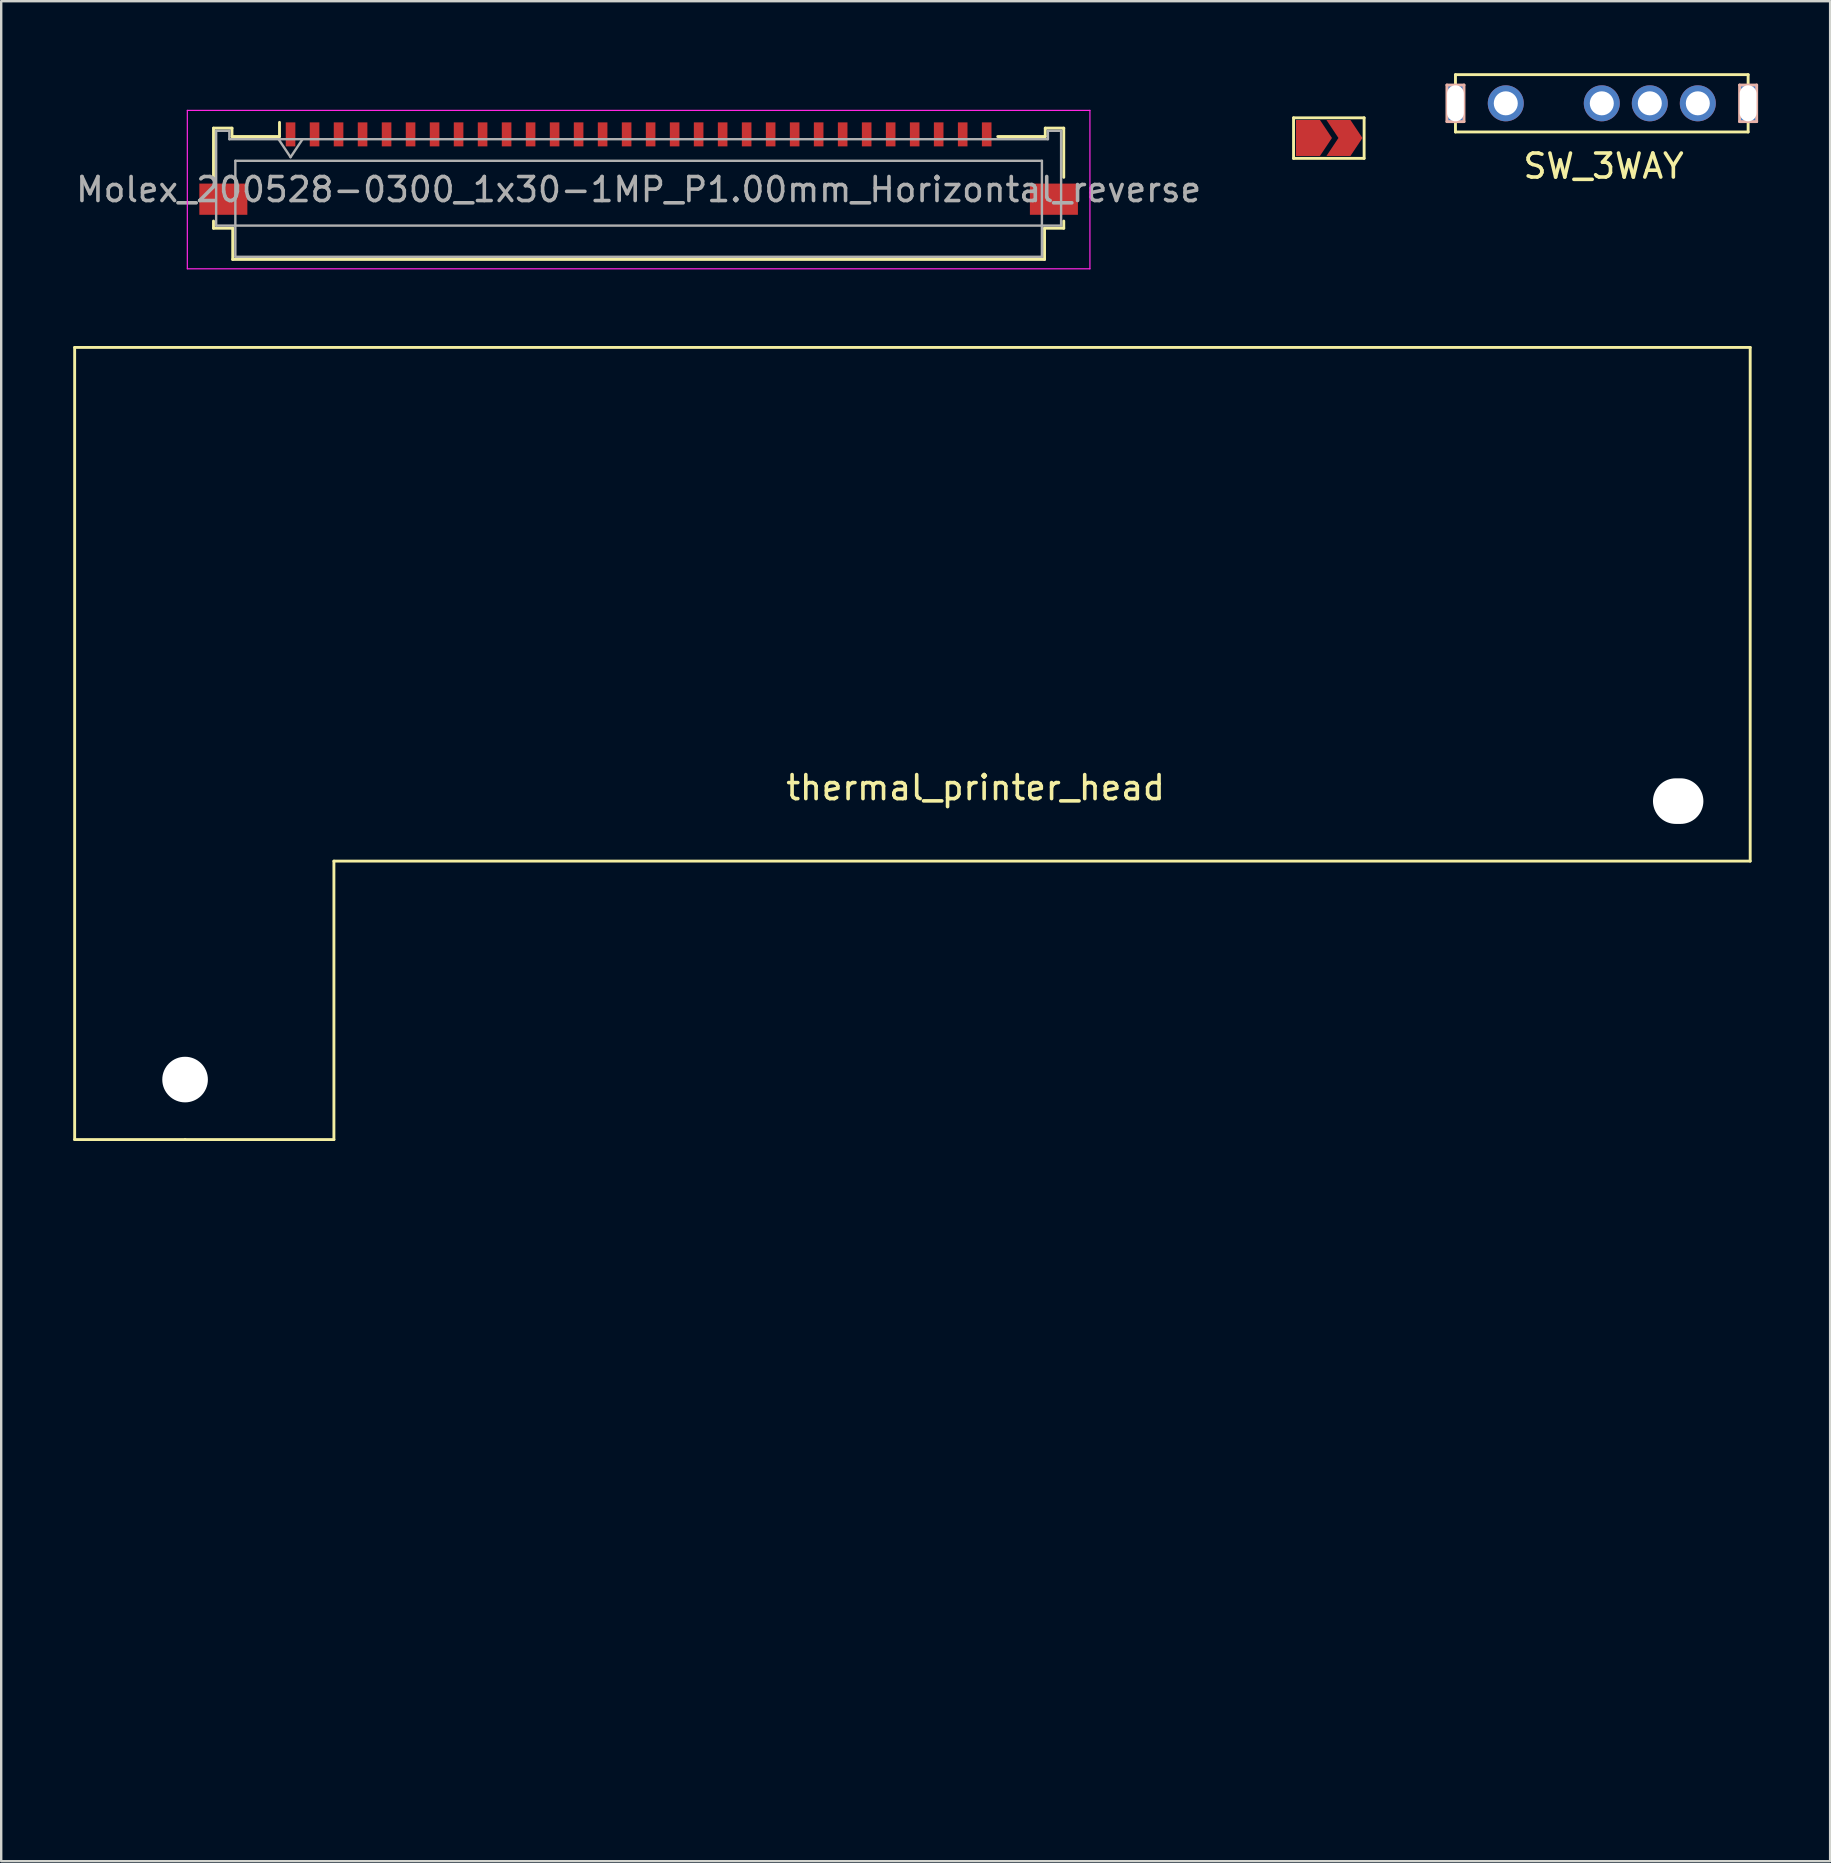
<source format=kicad_pcb>
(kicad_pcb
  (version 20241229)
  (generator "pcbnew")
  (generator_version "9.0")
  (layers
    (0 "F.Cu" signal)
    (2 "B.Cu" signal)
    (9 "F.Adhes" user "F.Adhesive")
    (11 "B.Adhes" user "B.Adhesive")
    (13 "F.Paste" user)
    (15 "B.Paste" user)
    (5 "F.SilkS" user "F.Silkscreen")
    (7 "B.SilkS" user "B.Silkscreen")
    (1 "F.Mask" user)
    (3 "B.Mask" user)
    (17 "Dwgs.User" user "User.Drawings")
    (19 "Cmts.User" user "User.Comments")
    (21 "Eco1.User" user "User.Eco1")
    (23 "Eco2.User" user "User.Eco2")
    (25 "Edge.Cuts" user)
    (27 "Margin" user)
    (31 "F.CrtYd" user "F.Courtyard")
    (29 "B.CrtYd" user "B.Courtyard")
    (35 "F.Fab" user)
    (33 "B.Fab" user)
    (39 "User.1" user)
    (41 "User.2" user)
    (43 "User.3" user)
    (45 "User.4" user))
  (footprint "thermal_printer_head"
    (layer "F.Cu")
    (at 37.56 11.423)
    (property "Reference" "thermal_printer_head" (at 0.03 18.34 0) (layer "F.SilkS") (effects (font (size 1 1) (thickness 0.15))))
    (attr through_hole)
    (fp_line (start -37.5 0) (end -37.5 33) (stroke (width 0.12) (type solid)) (layer "F.SilkS"))
    (fp_line (start -37.5 0) (end 32.3 0) (stroke (width 0.12) (type solid)) (layer "F.SilkS"))
    (fp_line (start -37.5 33) (end -32.9 33) (stroke (width 0.12) (type solid)) (layer "F.SilkS"))
    (fp_line (start -32.9 33) (end -26.7 33) (stroke (width 0.12) (type solid)) (layer "F.SilkS"))
    (fp_line (start -26.7 21.4) (end 32.3 21.4) (stroke (width 0.12) (type solid)) (layer "F.SilkS"))
    (fp_line (start -26.7 33) (end -26.7 21.4) (stroke (width 0.12) (type solid)) (layer "F.SilkS"))
    (fp_line (start 32.3 21.4) (end 32.3 0) (stroke (width 0.12) (type solid)) (layer "F.SilkS"))
    (fp_line (start -32.9 33) (end -32.9 31.45) (stroke (width 0.12) (type solid)) (layer "Eco1.User"))
    (fp_line (start -15.6 0) (end -15.6 60) (stroke (width 0.12) (type solid)) (layer "Eco1.User"))
    (fp_line (start 0 0.03) (end 0 60) (stroke (width 0.12) (type solid)) (layer "Eco1.User"))
    (fp_line (start 15.6 0) (end 15.6 60) (stroke (width 0.12) (type solid)) (layer "Eco1.User"))
    (pad "" np_thru_hole oval (at -32.9 30.5) (size 1.9 1.9) (drill oval 1.9) (layers "*.Cu" "*.Mask"))
    (pad "" np_thru_hole oval (at 29.3 18.9) (size 2.1 1.9) (drill oval 2.1 1.9) (layers "*.Cu" "*.Mask")))
  (footprint "SW_3WAY"
    (layer "F.Cu")
    (at 63.678 1.254)
    (property "Reference" "SW_3WAY" (at 0.076 2.616 0) (layer "F.SilkS") (effects (font (size 1 1) (thickness 0.15))))
    (attr through_hole)
    (fp_line (start -6.096 -1.194) (end 6.096 -1.194) (stroke (width 0.12) (type solid)) (layer "F.SilkS"))
    (fp_line (start -6.096 1.194) (end -6.096 -1.194) (stroke (width 0.12) (type solid)) (layer "F.SilkS"))
    (fp_line (start 6.096 -1.194) (end 6.096 1.194) (stroke (width 0.12) (type solid)) (layer "F.SilkS"))
    (fp_line (start 6.096 1.194) (end -6.096 1.194) (stroke (width 0.12) (type solid)) (layer "F.SilkS"))
    (fp_line (start -6.452 -0.762) (end -5.74 -0.762) (stroke (width 0.12) (type solid)) (layer "B.SilkS"))
    (fp_line (start -6.452 0.762) (end -6.452 -0.762) (stroke (width 0.12) (type solid)) (layer "B.SilkS"))
    (fp_line (start -5.74 -0.762) (end -5.74 0.762) (stroke (width 0.12) (type solid)) (layer "B.SilkS"))
    (fp_line (start -5.74 0.762) (end -6.452 0.762) (stroke (width 0.12) (type solid)) (layer "B.SilkS"))
    (fp_line (start 5.74 -0.762) (end 6.452 -0.762) (stroke (width 0.12) (type solid)) (layer "B.SilkS"))
    (fp_line (start 5.74 0.762) (end 5.74 -0.762) (stroke (width 0.12) (type solid)) (layer "B.SilkS"))
    (fp_line (start 6.452 -0.762) (end 6.452 0.762) (stroke (width 0.12) (type solid)) (layer "B.SilkS"))
    (fp_line (start 6.452 0.762) (end 5.74 0.762) (stroke (width 0.12) (type solid)) (layer "B.SilkS"))
    (pad "" thru_hole rect (at -6.096 0) (size 0.7 1.5) (drill oval 0.7 1.5) (layers "*.Cu" "*.Mask"))
    (pad "" thru_hole circle (at 2 0) (size 1.5 1.5) (drill 1) (layers "*.Cu" "*.Mask"))
    (pad "" thru_hole rect (at 6.096 0) (size 0.7 1.5) (drill oval 0.7 1.5) (layers "*.Cu" "*.Mask"))
    (pad "1" thru_hole circle (at -4 0) (size 1.5 1.5) (drill 1) (layers "*.Cu" "*.Mask"))
    (pad "2" thru_hole circle (at 0 0) (size 1.5 1.5) (drill 1) (layers "*.Cu" "*.Mask"))
    (pad "3" thru_hole circle (at 4 0) (size 1.5 1.5) (drill 1) (layers "*.Cu" "*.Mask")))
  (footprint "short"
    (layer "F.Cu")
    (at 52.137 0.348)
    (property "Reference" "short" (at 0 0.5 0) (layer "Eco1.User") (effects (font (size 1 1) (thickness 0.15))))
    (attr through_hole)
    (fp_line (start -1.3 1.51) (end 1.64 1.51) (stroke (width 0.12) (type solid)) (layer "F.SilkS"))
    (fp_line (start -1.3 3.2) (end -1.3 1.51) (stroke (width 0.12) (type solid)) (layer "F.SilkS"))
    (fp_line (start 1.64 1.51) (end 1.64 3.2) (stroke (width 0.12) (type solid)) (layer "F.SilkS"))
    (fp_line (start 1.64 3.2) (end -1.3 3.2) (stroke (width 0.12) (type solid)) (layer "F.SilkS"))
    (pad "1" smd custom (at -0.7 2.35) (size 0.3 0.3) (layers "F.Cu" "F.Mask") (options (anchor rect)) (primitives (gr_poly (pts (xy -0.5 -0.75) (xy 0.5 -0.75) (xy 1 0) (xy 0.5 0.75) (xy -0.5 0.75)) (width 0) (fill yes))))
    (pad "2" smd custom (at 1.27 2.35) (size 0.3 0.3) (layers "F.Cu" "F.Mask") (options (anchor rect)) (primitives (gr_poly (pts (xy -1.2 -0.75) (xy -0.2 -0.75) (xy 0.3 0) (xy -0.2 0.75) (xy -1.2 0.75) (xy -0.7 0)) (width 0) (fill yes)))))
  (footprint "Molex_200528-0300_1x30-1MP_P1.00mm_Horizontal_reverse"
    (layer "F.Cu")
    (at 23.554 3.458)
    (property "Reference" "Molex_200528-0300_1x30-1MP_P1.00mm_Horizontal_reverse" (at 0 -2.61 180) (layer "Eco2.User") (effects (font (size 1 1) (thickness 0.15))))
    (attr smd)
    (fp_line (start -17.71 -1.17) (end -17.71 0.88) (stroke (width 0.12) (type solid)) (layer "F.SilkS"))
    (fp_line (start -17.71 2.7) (end -17.71 3) (stroke (width 0.12) (type solid)) (layer "F.SilkS"))
    (fp_line (start -17.71 3) (end -16.91 3) (stroke (width 0.12) (type solid)) (layer "F.SilkS"))
    (fp_line (start -16.94 -1.17) (end -17.71 -1.17) (stroke (width 0.12) (type solid)) (layer "F.SilkS"))
    (fp_line (start -16.94 -0.82) (end -16.94 -1.17) (stroke (width 0.12) (type solid)) (layer "F.SilkS"))
    (fp_line (start -16.91 3) (end -16.91 4.3) (stroke (width 0.12) (type solid)) (layer "F.SilkS"))
    (fp_line (start -16.91 4.3) (end 16.91 4.3) (stroke (width 0.12) (type solid)) (layer "F.SilkS"))
    (fp_line (start -14.96 -1.41) (end -14.96 -0.82) (stroke (width 0.12) (type solid)) (layer "F.SilkS"))
    (fp_line (start -14.96 -0.82) (end -16.94 -0.82) (stroke (width 0.12) (type solid)) (layer "F.SilkS"))
    (fp_line (start 16.91 3) (end 17.71 3) (stroke (width 0.12) (type solid)) (layer "F.SilkS"))
    (fp_line (start 16.91 4.3) (end 16.91 3) (stroke (width 0.12) (type solid)) (layer "F.SilkS"))
    (fp_line (start 16.94 -1.17) (end 16.94 -0.82) (stroke (width 0.12) (type solid)) (layer "F.SilkS"))
    (fp_line (start 16.94 -0.82) (end 14.96 -0.82) (stroke (width 0.12) (type solid)) (layer "F.SilkS"))
    (fp_line (start 17.71 -1.17) (end 16.94 -1.17) (stroke (width 0.12) (type solid)) (layer "F.SilkS"))
    (fp_line (start 17.71 0.88) (end 17.71 -1.17) (stroke (width 0.12) (type solid)) (layer "F.SilkS"))
    (fp_line (start 17.71 3) (end 17.71 2.7) (stroke (width 0.12) (type solid)) (layer "F.SilkS"))
    (fp_line (start -18.8 -1.91) (end -18.8 4.69) (stroke (width 0.05) (type solid)) (layer "F.CrtYd"))
    (fp_line (start -18.8 4.69) (end 18.8 4.69) (stroke (width 0.05) (type solid)) (layer "F.CrtYd"))
    (fp_line (start 18.8 -1.91) (end -18.8 -1.91) (stroke (width 0.05) (type solid)) (layer "F.CrtYd"))
    (fp_line (start 18.8 4.69) (end 18.8 -1.91) (stroke (width 0.05) (type solid)) (layer "F.CrtYd"))
    (fp_line (start -17.6 -1.06) (end -17.6 2.89) (stroke (width 0.1) (type solid)) (layer "F.Fab"))
    (fp_line (start -17.6 2.89) (end 17.6 2.89) (stroke (width 0.1) (type solid)) (layer "F.Fab"))
    (fp_line (start -17.05 -1.06) (end -17.6 -1.06) (stroke (width 0.1) (type solid)) (layer "F.Fab"))
    (fp_line (start -17.05 -0.71) (end -17.05 -1.06) (stroke (width 0.1) (type solid)) (layer "F.Fab"))
    (fp_line (start -16.8 0.19) (end -16.8 4.19) (stroke (width 0.1) (type solid)) (layer "F.Fab"))
    (fp_line (start -16.8 4.19) (end 16.8 4.19) (stroke (width 0.1) (type solid)) (layer "F.Fab"))
    (fp_line (start -15 -0.71) (end -14.5 0.04) (stroke (width 0.1) (type solid)) (layer "F.Fab"))
    (fp_line (start -14.5 0.04) (end -14 -0.71) (stroke (width 0.1) (type solid)) (layer "F.Fab"))
    (fp_line (start 16.8 0.19) (end -16.8 0.19) (stroke (width 0.1) (type solid)) (layer "F.Fab"))
    (fp_line (start 16.8 4.19) (end 16.8 0.19) (stroke (width 0.1) (type solid)) (layer "F.Fab"))
    (fp_line (start 17.05 -1.06) (end 17.05 -0.71) (stroke (width 0.1) (type solid)) (layer "F.Fab"))
    (fp_line (start 17.05 -0.71) (end -17.05 -0.71) (stroke (width 0.1) (type solid)) (layer "F.Fab"))
    (fp_line (start 17.6 -1.06) (end 17.05 -1.06) (stroke (width 0.1) (type solid)) (layer "F.Fab"))
    (fp_line (start 17.6 2.89) (end 17.6 -1.06) (stroke (width 0.1) (type solid)) (layer "F.Fab"))
    (fp_text user "${REFERENCE}" (at 0 1.39 180) (layer "F.Fab") (effects (font (size 1 1) (thickness 0.15))))
    (pad "1" smd rect (at 14.5 -0.91) (size 0.4 1) (layers "F.Cu" "F.Mask" "F.Paste"))
    (pad "2" smd rect (at 13.5 -0.91) (size 0.4 1) (layers "F.Cu" "F.Mask" "F.Paste"))
    (pad "3" smd rect (at 12.5 -0.91) (size 0.4 1) (layers "F.Cu" "F.Mask" "F.Paste"))
    (pad "4" smd rect (at 11.5 -0.91) (size 0.4 1) (layers "F.Cu" "F.Mask" "F.Paste"))
    (pad "5" smd rect (at 10.5 -0.91) (size 0.4 1) (layers "F.Cu" "F.Mask" "F.Paste"))
    (pad "6" smd rect (at 9.5 -0.91) (size 0.4 1) (layers "F.Cu" "F.Mask" "F.Paste"))
    (pad "7" smd rect (at 8.5 -0.91) (size 0.4 1) (layers "F.Cu" "F.Mask" "F.Paste"))
    (pad "8" smd rect (at 7.5 -0.91) (size 0.4 1) (layers "F.Cu" "F.Mask" "F.Paste"))
    (pad "9" smd rect (at 6.5 -0.91) (size 0.4 1) (layers "F.Cu" "F.Mask" "F.Paste"))
    (pad "10" smd rect (at 5.5 -0.91) (size 0.4 1) (layers "F.Cu" "F.Mask" "F.Paste"))
    (pad "11" smd rect (at 4.5 -0.91) (size 0.4 1) (layers "F.Cu" "F.Mask" "F.Paste"))
    (pad "12" smd rect (at 3.5 -0.91) (size 0.4 1) (layers "F.Cu" "F.Mask" "F.Paste"))
    (pad "13" smd rect (at 2.5 -0.91) (size 0.4 1) (layers "F.Cu" "F.Mask" "F.Paste"))
    (pad "14" smd rect (at 1.5 -0.91) (size 0.4 1) (layers "F.Cu" "F.Mask" "F.Paste"))
    (pad "15" smd rect (at 0.5 -0.91) (size 0.4 1) (layers "F.Cu" "F.Mask" "F.Paste"))
    (pad "16" smd rect (at -0.5 -0.91) (size 0.4 1) (layers "F.Cu" "F.Mask" "F.Paste"))
    (pad "17" smd rect (at -1.5 -0.91) (size 0.4 1) (layers "F.Cu" "F.Mask" "F.Paste"))
    (pad "18" smd rect (at -2.5 -0.91) (size 0.4 1) (layers "F.Cu" "F.Mask" "F.Paste"))
    (pad "19" smd rect (at -3.5 -0.91) (size 0.4 1) (layers "F.Cu" "F.Mask" "F.Paste"))
    (pad "20" smd rect (at -4.5 -0.91) (size 0.4 1) (layers "F.Cu" "F.Mask" "F.Paste"))
    (pad "21" smd rect (at -5.5 -0.91) (size 0.4 1) (layers "F.Cu" "F.Mask" "F.Paste"))
    (pad "22" smd rect (at -6.5 -0.91) (size 0.4 1) (layers "F.Cu" "F.Mask" "F.Paste"))
    (pad "23" smd rect (at -7.5 -0.91) (size 0.4 1) (layers "F.Cu" "F.Mask" "F.Paste"))
    (pad "24" smd rect (at -8.5 -0.91) (size 0.4 1) (layers "F.Cu" "F.Mask" "F.Paste"))
    (pad "25" smd rect (at -9.5 -0.91) (size 0.4 1) (layers "F.Cu" "F.Mask" "F.Paste"))
    (pad "26" smd rect (at -10.5 -0.91) (size 0.4 1) (layers "F.Cu" "F.Mask" "F.Paste"))
    (pad "27" smd rect (at -11.5 -0.91) (size 0.4 1) (layers "F.Cu" "F.Mask" "F.Paste"))
    (pad "28" smd rect (at -12.5 -0.91) (size 0.4 1) (layers "F.Cu" "F.Mask" "F.Paste"))
    (pad "29" smd rect (at -13.5 -0.91) (size 0.4 1) (layers "F.Cu" "F.Mask" "F.Paste"))
    (pad "30" smd rect (at -14.5 -0.91) (size 0.4 1) (layers "F.Cu" "F.Mask" "F.Paste"))
    (pad "MP" smd rect (at -17.3 1.79) (size 2 1.3) (layers "F.Cu" "F.Mask" "F.Paste"))
    (pad "MP" smd rect (at 17.3 1.79) (size 2 1.3) (layers "F.Cu" "F.Mask" "F.Paste")))
  (gr_rect
    (start -3 -3)
    (end 73.19 74.483)
    (stroke (width 0.1) (type default))
    (fill no)
    (layer "Edge.Cuts")))
</source>
